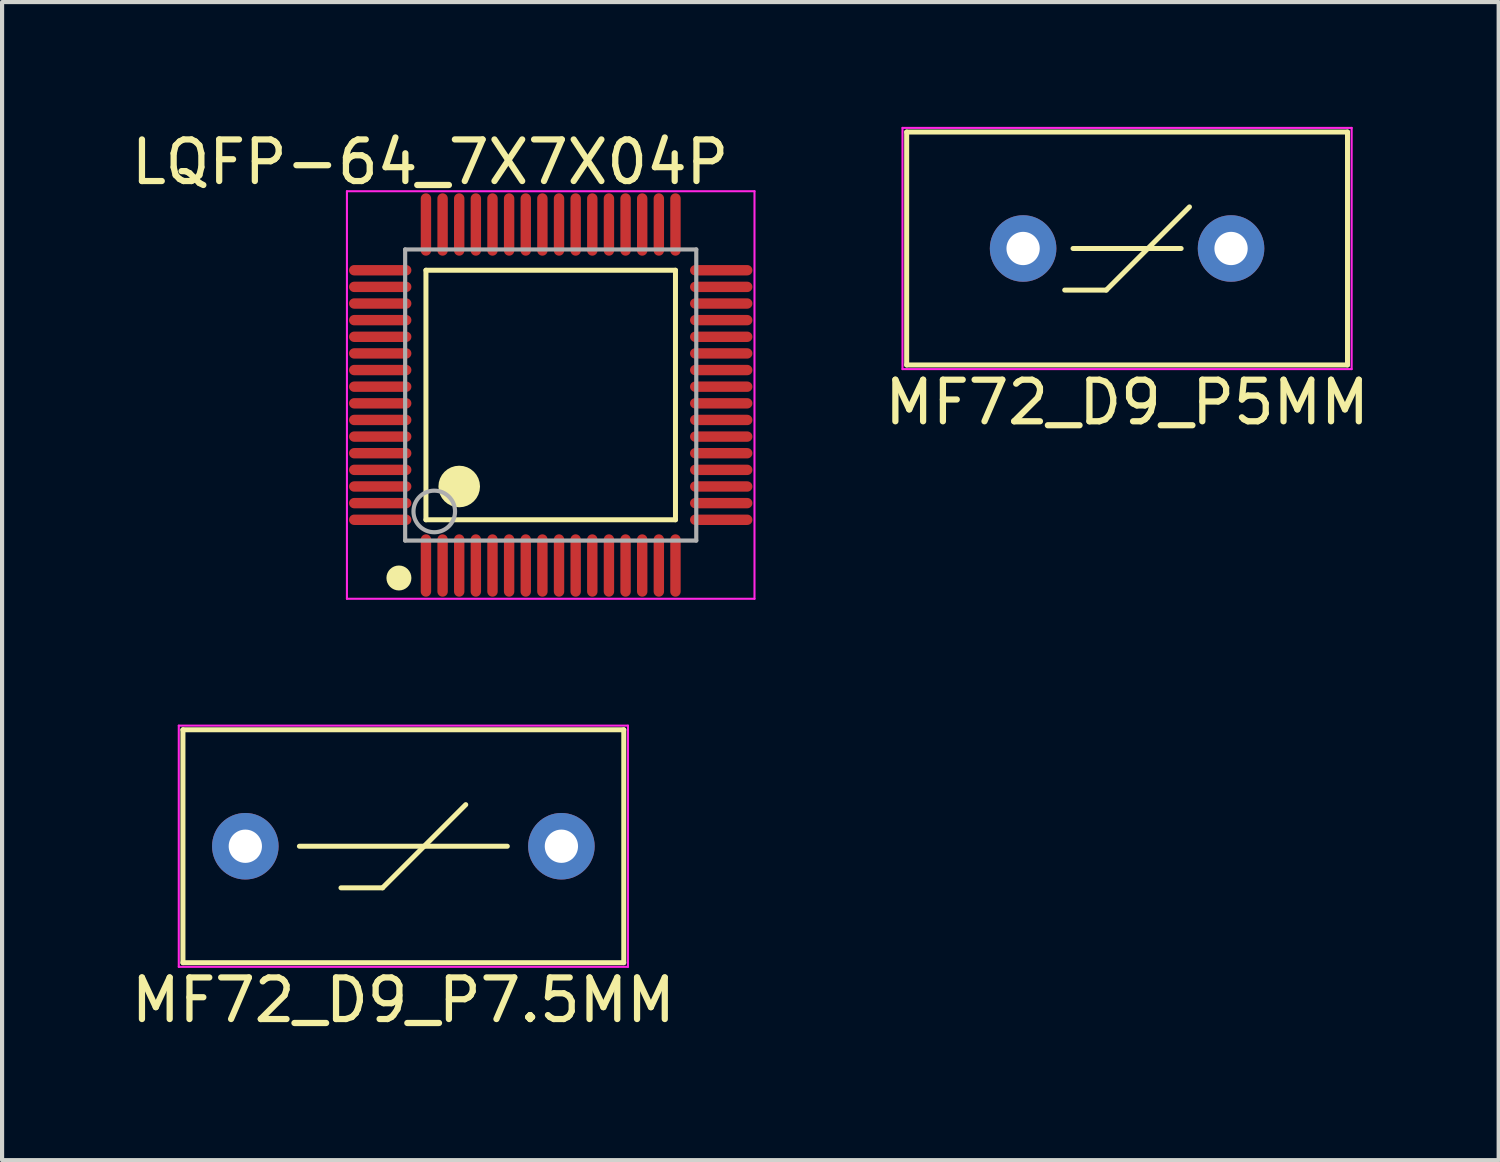
<source format=kicad_pcb>
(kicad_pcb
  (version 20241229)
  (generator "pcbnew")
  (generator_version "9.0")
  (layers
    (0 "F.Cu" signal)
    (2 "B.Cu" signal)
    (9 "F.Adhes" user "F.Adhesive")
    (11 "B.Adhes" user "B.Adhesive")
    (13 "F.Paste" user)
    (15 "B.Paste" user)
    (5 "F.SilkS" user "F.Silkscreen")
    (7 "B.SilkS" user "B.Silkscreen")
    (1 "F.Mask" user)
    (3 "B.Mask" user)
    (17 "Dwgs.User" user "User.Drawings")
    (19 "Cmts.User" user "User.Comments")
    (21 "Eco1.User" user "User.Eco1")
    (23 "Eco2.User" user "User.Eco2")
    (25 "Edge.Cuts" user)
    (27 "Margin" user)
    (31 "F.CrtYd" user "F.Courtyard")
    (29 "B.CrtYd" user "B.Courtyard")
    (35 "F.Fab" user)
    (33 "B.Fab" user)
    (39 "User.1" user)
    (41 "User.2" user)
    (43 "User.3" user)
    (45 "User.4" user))
  (footprint "MF72_D9_P7.5MM"
    (layer "F.Cu")
    (at 6.649 17.298)
    (property "Reference" "MF72_D9_P7.5MM" (at 0 3.7 0) (layer "F.SilkS") (effects (font (size 1 1) (thickness 0.15))))
    (attr through_hole)
    (fp_line (start -5.3 -2.8) (end -5.3 2.8) (stroke (width 0.12) (type solid)) (layer "F.SilkS"))
    (fp_line (start -5.3 -2.8) (end 5.3 -2.8) (stroke (width 0.12) (type solid)) (layer "F.SilkS"))
    (fp_line (start -5.3 2.8) (end 5.3 2.8) (stroke (width 0.12) (type solid)) (layer "F.SilkS"))
    (fp_line (start -2.5 0) (end 2.5 0) (stroke (width 0.12) (type solid)) (layer "F.SilkS"))
    (fp_line (start -0.5 1) (end -1.5 1) (stroke (width 0.12) (type solid)) (layer "F.SilkS"))
    (fp_line (start 1.5 -1) (end -0.5 1) (stroke (width 0.12) (type solid)) (layer "F.SilkS"))
    (fp_line (start 5.3 2.8) (end 5.3 -2.8) (stroke (width 0.12) (type solid)) (layer "F.SilkS"))
    (fp_line (start -5.4 -2.9) (end 5.4 -2.9) (stroke (width 0.05) (type solid)) (layer "F.CrtYd"))
    (fp_line (start -5.4 2.9) (end -5.4 -2.9) (stroke (width 0.05) (type solid)) (layer "F.CrtYd"))
    (fp_line (start 5.4 -2.9) (end 5.4 2.9) (stroke (width 0.05) (type solid)) (layer "F.CrtYd"))
    (fp_line (start 5.4 2.9) (end -5.4 2.9) (stroke (width 0.05) (type solid)) (layer "F.CrtYd"))
    (pad "1" thru_hole circle (at -3.8 0) (size 1.6 1.6) (drill 0.8) (layers "*.Cu" "*.Mask"))
    (pad "2" thru_hole circle (at 3.8 0) (size 1.6 1.6) (drill 0.8) (layers "*.Cu" "*.Mask")))
  (footprint "MF72_D9_P5MM"
    (layer "F.Cu")
    (at 24.051 2.925)
    (property "Reference" "MF72_D9_P5MM" (at 0 3.7 0) (layer "F.SilkS") (effects (font (size 1 1) (thickness 0.15))))
    (attr through_hole)
    (fp_line (start -5.3 -2.8) (end -5.3 2.8) (stroke (width 0.12) (type solid)) (layer "F.SilkS"))
    (fp_line (start -5.3 -2.8) (end 5.3 -2.8) (stroke (width 0.12) (type solid)) (layer "F.SilkS"))
    (fp_line (start -5.3 2.8) (end 5.3 2.8) (stroke (width 0.12) (type solid)) (layer "F.SilkS"))
    (fp_line (start -1.3 0) (end 1.3 0) (stroke (width 0.12) (type solid)) (layer "F.SilkS"))
    (fp_line (start -0.5 1) (end -1.5 1) (stroke (width 0.12) (type solid)) (layer "F.SilkS"))
    (fp_line (start 1.5 -1) (end -0.5 1) (stroke (width 0.12) (type solid)) (layer "F.SilkS"))
    (fp_line (start 5.3 2.8) (end 5.3 -2.8) (stroke (width 0.12) (type solid)) (layer "F.SilkS"))
    (fp_line (start -5.4 -2.9) (end 5.4 -2.9) (stroke (width 0.05) (type solid)) (layer "F.CrtYd"))
    (fp_line (start -5.4 2.9) (end -5.4 -2.9) (stroke (width 0.05) (type solid)) (layer "F.CrtYd"))
    (fp_line (start 5.4 -2.9) (end 5.4 2.9) (stroke (width 0.05) (type solid)) (layer "F.CrtYd"))
    (fp_line (start 5.4 2.9) (end -5.4 2.9) (stroke (width 0.05) (type solid)) (layer "F.CrtYd"))
    (pad "1" thru_hole circle (at -2.5 0) (size 1.6 1.6) (drill 0.8) (layers "*.Cu" "*.Mask"))
    (pad "2" thru_hole circle (at 2.5 0) (size 1.6 1.6) (drill 0.8) (layers "*.Cu" "*.Mask")))
  (footprint "LQFP-64_7X7X04P"
    (layer "F.Cu")
    (at 10.192 6.448)
    (property "Reference" "LQFP-64_7X7X04P" (at -2.9 -5.6 0) (layer "F.SilkS") (effects (font (size 1 1) (thickness 0.15))))
    (attr through_hole)
    (fp_line (start -3 -3) (end 3 -3) (stroke (width 0.12) (type solid)) (layer "F.SilkS"))
    (fp_line (start -3 3) (end -3 -3) (stroke (width 0.12) (type solid)) (layer "F.SilkS"))
    (fp_line (start -3 3) (end 3 3) (stroke (width 0.12) (type solid)) (layer "F.SilkS"))
    (fp_line (start 3 3) (end 3 -3) (stroke (width 0.12) (type solid)) (layer "F.SilkS"))
    (fp_circle (center -3.65 4.4) (end -3.5 4.4) (stroke (width 0.3) (type solid)) (fill no) (layer "F.SilkS"))
    (fp_circle (center -2.2 2.2) (end -1.95 2.2) (stroke (width 0.5) (type solid)) (fill no) (layer "F.SilkS"))
    (fp_line (start -4.9 -4.9) (end 4.9 -4.9) (stroke (width 0.05) (type solid)) (layer "F.CrtYd"))
    (fp_line (start -4.9 4.9) (end -4.9 -4.9) (stroke (width 0.05) (type solid)) (layer "F.CrtYd"))
    (fp_line (start 4.9 -4.9) (end 4.9 4.9) (stroke (width 0.05) (type solid)) (layer "F.CrtYd"))
    (fp_line (start 4.9 4.9) (end -4.9 4.9) (stroke (width 0.05) (type solid)) (layer "F.CrtYd"))
    (fp_line (start -3.5 -3.5) (end 3.5 -3.5) (stroke (width 0.1) (type solid)) (layer "F.Fab"))
    (fp_line (start -3.5 3.5) (end -3.5 -3.5) (stroke (width 0.1) (type solid)) (layer "F.Fab"))
    (fp_line (start -3.5 3.5) (end 3.5 3.5) (stroke (width 0.1) (type solid)) (layer "F.Fab"))
    (fp_line (start 3.5 3.5) (end 3.5 -3.5) (stroke (width 0.1) (type solid)) (layer "F.Fab"))
    (fp_circle (center -2.8 2.8) (end -2.3 2.8) (stroke (width 0.1) (type solid)) (fill no) (layer "F.Fab"))
    (pad "1" smd oval (at -3 4.1) (size 0.25 1.5) (layers "F.Cu" "F.Mask" "F.Paste"))
    (pad "2" smd oval (at -2.6 4.1) (size 0.25 1.5) (layers "F.Cu" "F.Mask" "F.Paste"))
    (pad "3" smd oval (at -2.2 4.1) (size 0.25 1.5) (layers "F.Cu" "F.Mask" "F.Paste"))
    (pad "4" smd oval (at -1.8 4.1) (size 0.25 1.5) (layers "F.Cu" "F.Mask" "F.Paste"))
    (pad "5" smd oval (at -1.4 4.1) (size 0.25 1.5) (layers "F.Cu" "F.Mask" "F.Paste"))
    (pad "6" smd oval (at -1 4.1) (size 0.25 1.5) (layers "F.Cu" "F.Mask" "F.Paste"))
    (pad "7" smd oval (at -0.6 4.1) (size 0.25 1.5) (layers "F.Cu" "F.Mask" "F.Paste"))
    (pad "8" smd oval (at -0.2 4.1) (size 0.25 1.5) (layers "F.Cu" "F.Mask" "F.Paste"))
    (pad "9" smd oval (at 0.2 4.1) (size 0.25 1.5) (layers "F.Cu" "F.Mask" "F.Paste"))
    (pad "10" smd oval (at 0.6 4.1) (size 0.25 1.5) (layers "F.Cu" "F.Mask" "F.Paste"))
    (pad "11" smd oval (at 1 4.1) (size 0.25 1.5) (layers "F.Cu" "F.Mask" "F.Paste"))
    (pad "12" smd oval (at 1.4 4.1) (size 0.25 1.5) (layers "F.Cu" "F.Mask" "F.Paste"))
    (pad "13" smd oval (at 1.8 4.1) (size 0.25 1.5) (layers "F.Cu" "F.Mask" "F.Paste"))
    (pad "14" smd oval (at 2.2 4.1) (size 0.25 1.5) (layers "F.Cu" "F.Mask" "F.Paste"))
    (pad "15" smd oval (at 2.6 4.1) (size 0.25 1.5) (layers "F.Cu" "F.Mask" "F.Paste"))
    (pad "16" smd oval (at 3 4.1) (size 0.25 1.5) (layers "F.Cu" "F.Mask" "F.Paste"))
    (pad "17" smd oval (at 4.1 3 90) (size 0.25 1.5) (layers "F.Cu" "F.Mask" "F.Paste"))
    (pad "18" smd oval (at 4.1 2.6 90) (size 0.25 1.5) (layers "F.Cu" "F.Mask" "F.Paste"))
    (pad "19" smd oval (at 4.1 2.2 90) (size 0.25 1.5) (layers "F.Cu" "F.Mask" "F.Paste"))
    (pad "20" smd oval (at 4.1 1.8 90) (size 0.25 1.5) (layers "F.Cu" "F.Mask" "F.Paste"))
    (pad "21" smd oval (at 4.1 1.4 90) (size 0.25 1.5) (layers "F.Cu" "F.Mask" "F.Paste"))
    (pad "22" smd oval (at 4.1 1 90) (size 0.25 1.5) (layers "F.Cu" "F.Mask" "F.Paste"))
    (pad "23" smd oval (at 4.1 0.6 90) (size 0.25 1.5) (layers "F.Cu" "F.Mask" "F.Paste"))
    (pad "24" smd oval (at 4.1 0.2 90) (size 0.25 1.5) (layers "F.Cu" "F.Mask" "F.Paste"))
    (pad "25" smd oval (at 4.1 -0.2 90) (size 0.25 1.5) (layers "F.Cu" "F.Mask" "F.Paste"))
    (pad "26" smd oval (at 4.1 -0.6 90) (size 0.25 1.5) (layers "F.Cu" "F.Mask" "F.Paste"))
    (pad "27" smd oval (at 4.1 -1 90) (size 0.25 1.5) (layers "F.Cu" "F.Mask" "F.Paste"))
    (pad "28" smd oval (at 4.1 -1.4 90) (size 0.25 1.5) (layers "F.Cu" "F.Mask" "F.Paste"))
    (pad "29" smd oval (at 4.1 -1.8 90) (size 0.25 1.5) (layers "F.Cu" "F.Mask" "F.Paste"))
    (pad "30" smd oval (at 4.1 -2.2 90) (size 0.25 1.5) (layers "F.Cu" "F.Mask" "F.Paste"))
    (pad "31" smd oval (at 4.1 -2.6 90) (size 0.25 1.5) (layers "F.Cu" "F.Mask" "F.Paste"))
    (pad "32" smd oval (at 4.1 -3 90) (size 0.25 1.5) (layers "F.Cu" "F.Mask" "F.Paste"))
    (pad "33" smd oval (at 3 -4.1 180) (size 0.25 1.5) (layers "F.Cu" "F.Mask" "F.Paste"))
    (pad "34" smd oval (at 2.6 -4.1 180) (size 0.25 1.5) (layers "F.Cu" "F.Mask" "F.Paste"))
    (pad "35" smd oval (at 2.2 -4.1 180) (size 0.25 1.5) (layers "F.Cu" "F.Mask" "F.Paste"))
    (pad "36" smd oval (at 1.8 -4.1 180) (size 0.25 1.5) (layers "F.Cu" "F.Mask" "F.Paste"))
    (pad "37" smd oval (at 1.4 -4.1 180) (size 0.25 1.5) (layers "F.Cu" "F.Mask" "F.Paste"))
    (pad "38" smd oval (at 1 -4.1 180) (size 0.25 1.5) (layers "F.Cu" "F.Mask" "F.Paste"))
    (pad "39" smd oval (at 0.6 -4.1 180) (size 0.25 1.5) (layers "F.Cu" "F.Mask" "F.Paste"))
    (pad "40" smd oval (at 0.2 -4.1 180) (size 0.25 1.5) (layers "F.Cu" "F.Mask" "F.Paste"))
    (pad "41" smd oval (at -0.2 -4.1 180) (size 0.25 1.5) (layers "F.Cu" "F.Mask" "F.Paste"))
    (pad "42" smd oval (at -0.6 -4.1 180) (size 0.25 1.5) (layers "F.Cu" "F.Mask" "F.Paste"))
    (pad "43" smd oval (at -1 -4.1 180) (size 0.25 1.5) (layers "F.Cu" "F.Mask" "F.Paste"))
    (pad "44" smd oval (at -1.4 -4.1 180) (size 0.25 1.5) (layers "F.Cu" "F.Mask" "F.Paste"))
    (pad "45" smd oval (at -1.8 -4.1 180) (size 0.25 1.5) (layers "F.Cu" "F.Mask" "F.Paste"))
    (pad "46" smd oval (at -2.2 -4.1 180) (size 0.25 1.5) (layers "F.Cu" "F.Mask" "F.Paste"))
    (pad "47" smd oval (at -2.6 -4.1 180) (size 0.25 1.5) (layers "F.Cu" "F.Mask" "F.Paste"))
    (pad "48" smd oval (at -3 -4.1 180) (size 0.25 1.5) (layers "F.Cu" "F.Mask" "F.Paste"))
    (pad "49" smd oval (at -4.1 -3 270) (size 0.25 1.5) (layers "F.Cu" "F.Mask" "F.Paste"))
    (pad "50" smd oval (at -4.1 -2.6 270) (size 0.25 1.5) (layers "F.Cu" "F.Mask" "F.Paste"))
    (pad "51" smd oval (at -4.1 -2.2 270) (size 0.25 1.5) (layers "F.Cu" "F.Mask" "F.Paste"))
    (pad "52" smd oval (at -4.1 -1.8 270) (size 0.25 1.5) (layers "F.Cu" "F.Mask" "F.Paste"))
    (pad "53" smd oval (at -4.1 -1.4 270) (size 0.25 1.5) (layers "F.Cu" "F.Mask" "F.Paste"))
    (pad "54" smd oval (at -4.1 -1 270) (size 0.25 1.5) (layers "F.Cu" "F.Mask" "F.Paste"))
    (pad "55" smd oval (at -4.1 -0.6 270) (size 0.25 1.5) (layers "F.Cu" "F.Mask" "F.Paste"))
    (pad "56" smd oval (at -4.1 -0.2 270) (size 0.25 1.5) (layers "F.Cu" "F.Mask" "F.Paste"))
    (pad "57" smd oval (at -4.1 0.2 270) (size 0.25 1.5) (layers "F.Cu" "F.Mask" "F.Paste"))
    (pad "58" smd oval (at -4.1 0.6 270) (size 0.25 1.5) (layers "F.Cu" "F.Mask" "F.Paste"))
    (pad "59" smd oval (at -4.1 1 270) (size 0.25 1.5) (layers "F.Cu" "F.Mask" "F.Paste"))
    (pad "60" smd oval (at -4.1 1.4 270) (size 0.25 1.5) (layers "F.Cu" "F.Mask" "F.Paste"))
    (pad "61" smd oval (at -4.1 1.8 270) (size 0.25 1.5) (layers "F.Cu" "F.Mask" "F.Paste"))
    (pad "62" smd oval (at -4.1 2.2 270) (size 0.25 1.5) (layers "F.Cu" "F.Mask" "F.Paste"))
    (pad "63" smd oval (at -4.1 2.6 270) (size 0.25 1.5) (layers "F.Cu" "F.Mask" "F.Paste"))
    (pad "64" smd oval (at -4.1 3 270) (size 0.25 1.5) (layers "F.Cu" "F.Mask" "F.Paste")))
  (gr_rect
    (start -3 -3)
    (end 32.986 24.846)
    (stroke (width 0.1) (type default))
    (fill no)
    (layer "Edge.Cuts")))
</source>
